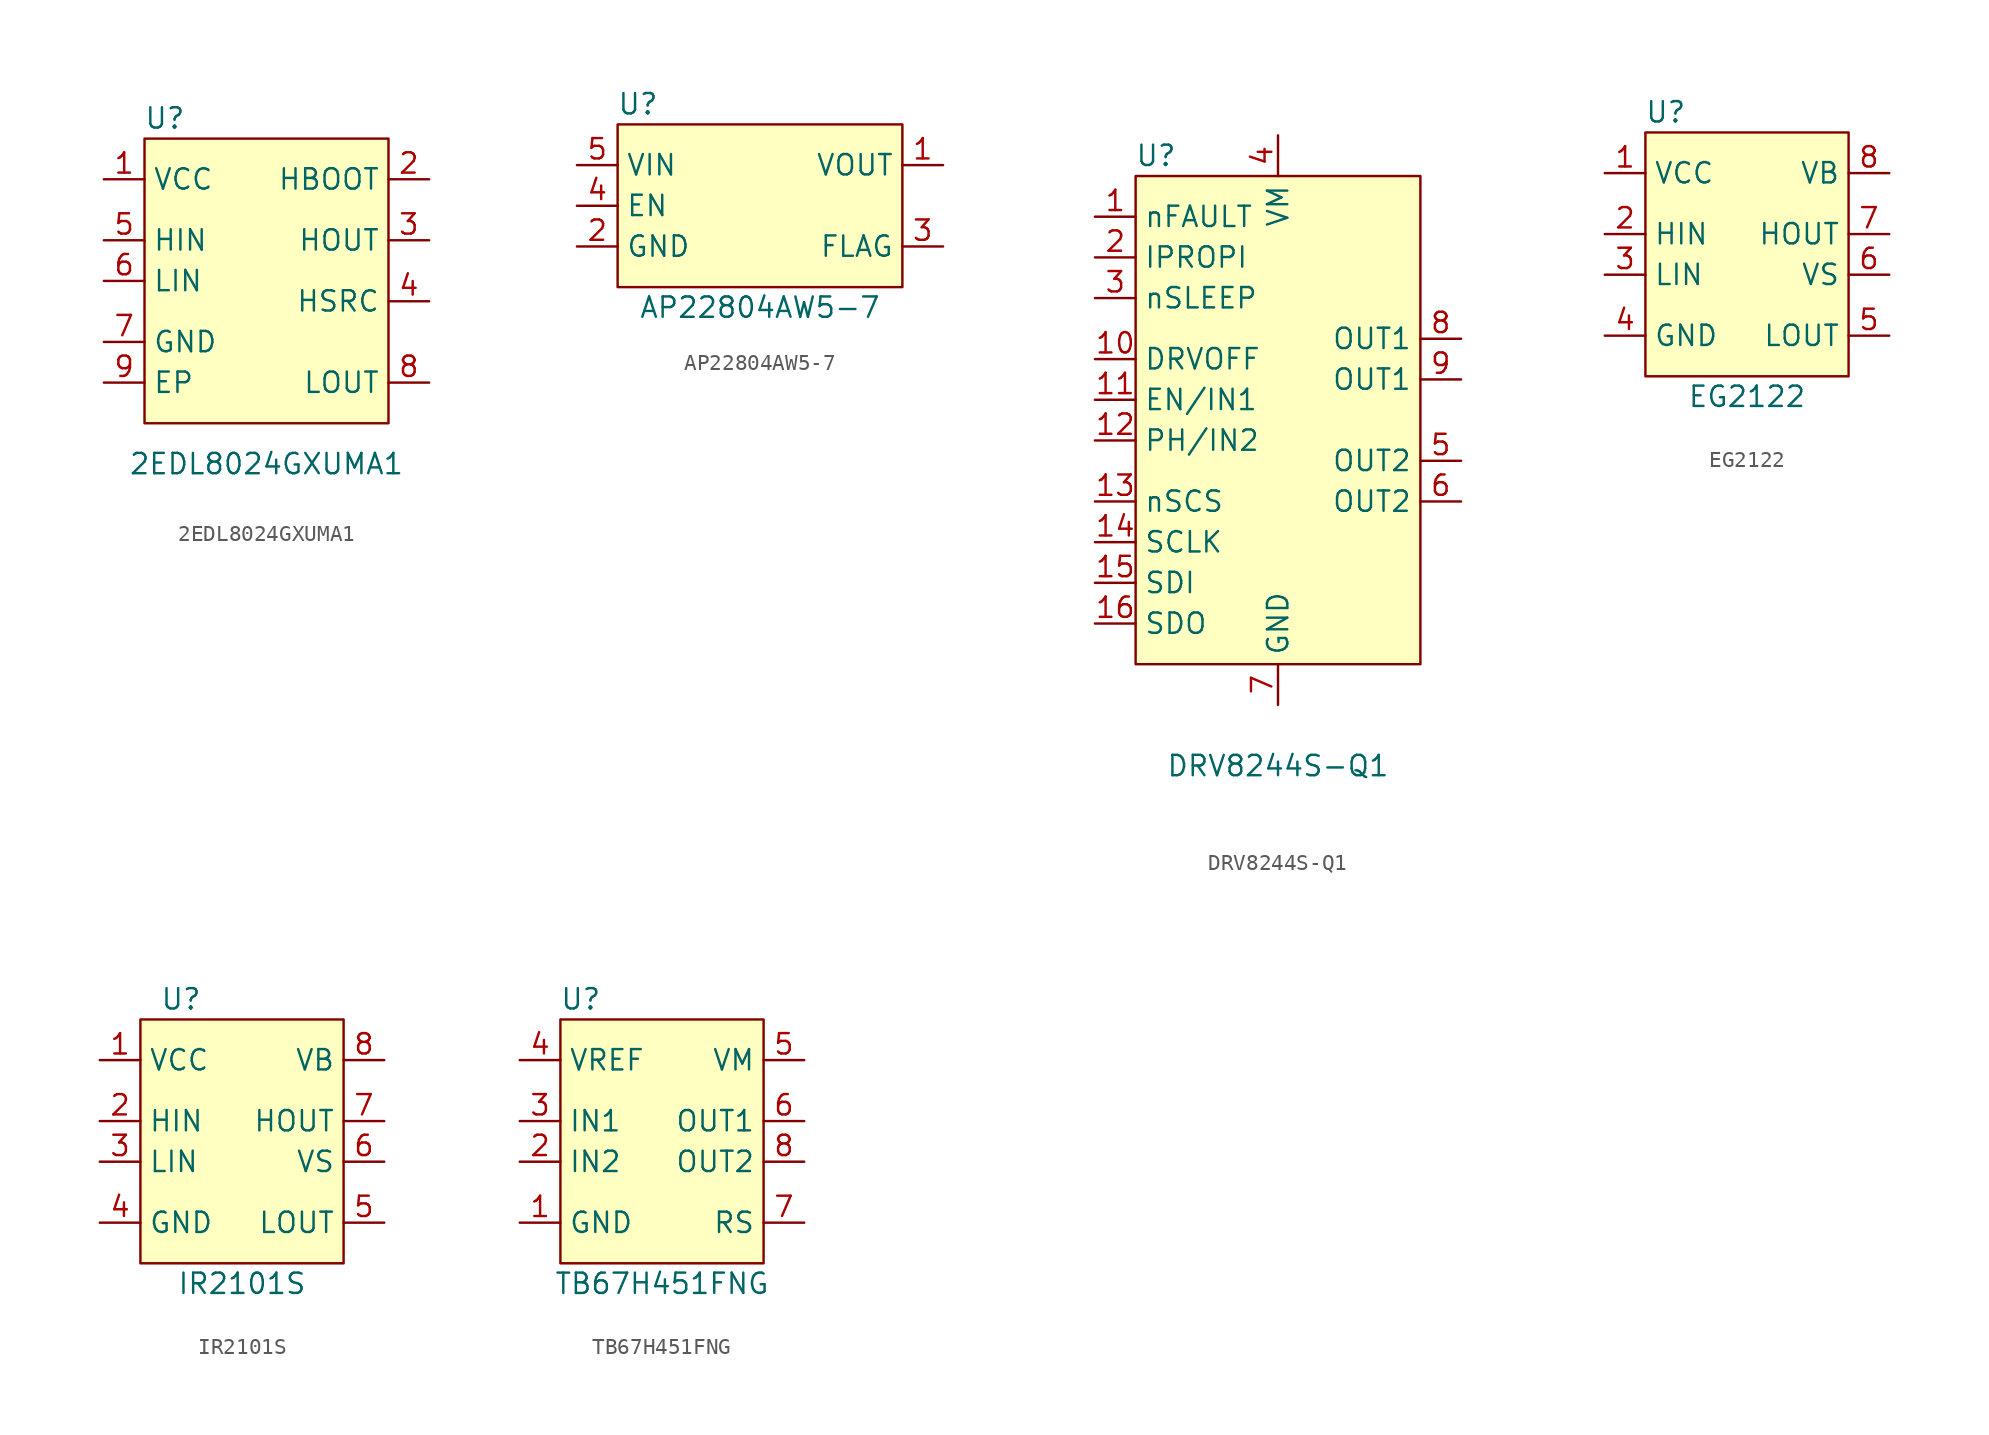
<source format=kicad_sym>
(kicad_symbol_lib
  (version 20220914)
  (generator kicad_symbol_editor)
  (symbol "2EDL8024GXUMA1"
    (property "Reference" "U"
      (at -6.35 10.16 0)
      (effects (font (size 1.27 1.27))))
    (property "Value" "2EDL8024GXUMA1"
      (at 0 -11.43 0)
      (effects (font (size 1.27 1.27))))
    (symbol "2EDL8024GXUMA1_0_1"
      (rectangle (start -7.62 8.89) (end 7.62 -8.89) (stroke (width 0.152) (type default)) (fill (type background))))
    (symbol "2EDL8024GXUMA1_1_1"
      (pin power_in line (at -10.16 6.35 0) (length 2.54) (name "VCC" (effects (font (size 1.27 1.27)))) (number "1" (effects (font (size 1.27 1.27)))))
      (pin power_out line (at 10.16 6.35 180) (length 2.54) (name "HBOOT" (effects (font (size 1.27 1.27)))) (number "2" (effects (font (size 1.27 1.27)))))
      (pin output line (at 10.16 2.54 180) (length 2.54) (name "HOUT" (effects (font (size 1.27 1.27)))) (number "3" (effects (font (size 1.27 1.27)))))
      (pin input line (at 10.16 -1.27 180) (length 2.54) (name "HSRC" (effects (font (size 1.27 1.27)))) (number "4" (effects (font (size 1.27 1.27)))))
      (pin input line (at -10.16 2.54 0) (length 2.54) (name "HIN" (effects (font (size 1.27 1.27)))) (number "5" (effects (font (size 1.27 1.27)))))
      (pin input line (at -10.16 0 0) (length 2.54) (name "LIN" (effects (font (size 1.27 1.27)))) (number "6" (effects (font (size 1.27 1.27)))))
      (pin power_in line (at -10.16 -3.81 0) (length 2.54) (name "GND" (effects (font (size 1.27 1.27)))) (number "7" (effects (font (size 1.27 1.27)))))
      (pin output line (at 10.16 -6.35 180) (length 2.54) (name "LOUT" (effects (font (size 1.27 1.27)))) (number "8" (effects (font (size 1.27 1.27)))))
      (pin power_in line (at -10.16 -6.35 0) (length 2.54) (name "EP" (effects (font (size 1.27 1.27)))) (number "9" (effects (font (size 1.27 1.27)))))))
  (symbol "AP22804AW5-7"
    (property "Reference" "U"
      (at -7.62 11.43 0)
      (effects (font (size 1.27 1.27))))
    (property "Value" "AP22804AW5-7"
      (at 0 -1.27 0)
      (effects (font (size 1.27 1.27))))
    (symbol "AP22804AW5-7_0_1"
      (rectangle (start -8.89 10.16) (end 8.89 0) (stroke (width 0.152) (type default)) (fill (type background))))
    (symbol "AP22804AW5-7_1_1"
      (pin power_out line (at 11.43 7.62 180) (length 2.54) (name "VOUT" (effects (font (size 1.27 1.27)))) (number "1" (effects (font (size 1.27 1.27)))))
      (pin power_in line (at -11.43 2.54 0) (length 2.54) (name "GND" (effects (font (size 1.27 1.27)))) (number "2" (effects (font (size 1.27 1.27)))))
      (pin output line (at 11.43 2.54 180) (length 2.54) (name "FLAG" (effects (font (size 1.27 1.27)))) (number "3" (effects (font (size 1.27 1.27)))))
      (pin input line (at -11.43 5.08 0) (length 2.54) (name "EN" (effects (font (size 1.27 1.27)))) (number "4" (effects (font (size 1.27 1.27)))))
      (pin power_in line (at -11.43 7.62 0) (length 2.54) (name "VIN" (effects (font (size 1.27 1.27)))) (number "5" (effects (font (size 1.27 1.27)))))))
  (symbol "DRV8244S-Q1"
    (property "Reference" "U"
      (at -7.62 16.51 0)
      (effects (font (size 1.27 1.27))))
    (property "Value" "DRV8244S-Q1"
      (at 0 -21.59 0)
      (effects (font (size 1.27 1.27))))
    (symbol "DRV8244S-Q1_0_1"
      (rectangle (start -8.89 15.24) (end 8.89 -15.24) (stroke (width 0.152) (type default)) (fill (type background))))
    (symbol "DRV8244S-Q1_1_1"
      (pin output line (at -11.43 12.7 0) (length 2.54) (name "nFAULT" (effects (font (size 1.27 1.27)))) (number "1" (effects (font (size 1.27 1.27)))))
      (pin input line (at -11.43 3.81 0) (length 2.54) (name "DRVOFF" (effects (font (size 1.27 1.27)))) (number "10" (effects (font (size 1.27 1.27)))))
      (pin input line (at -11.43 1.27 0) (length 2.54) (name "EN/IN1" (effects (font (size 1.27 1.27)))) (number "11" (effects (font (size 1.27 1.27)))))
      (pin input line (at -11.43 -1.27 0) (length 2.54) (name "PH/IN2" (effects (font (size 1.27 1.27)))) (number "12" (effects (font (size 1.27 1.27)))))
      (pin input line (at -11.43 -5.08 0) (length 2.54) (name "nSCS" (effects (font (size 1.27 1.27)))) (number "13" (effects (font (size 1.27 1.27)))))
      (pin input line (at -11.43 -7.62 0) (length 2.54) (name "SCLK" (effects (font (size 1.27 1.27)))) (number "14" (effects (font (size 1.27 1.27)))))
      (pin input line (at -11.43 -10.16 0) (length 2.54) (name "SDI" (effects (font (size 1.27 1.27)))) (number "15" (effects (font (size 1.27 1.27)))))
      (pin output line (at -11.43 -12.7 0) (length 2.54) (name "SDO" (effects (font (size 1.27 1.27)))) (number "16" (effects (font (size 1.27 1.27)))))
      (pin output line (at -11.43 10.16 0) (length 2.54) (name "IPROPI" (effects (font (size 1.27 1.27)))) (number "2" (effects (font (size 1.27 1.27)))))
      (pin input line (at -11.43 7.62 0) (length 2.54) (name "nSLEEP" (effects (font (size 1.27 1.27)))) (number "3" (effects (font (size 1.27 1.27)))))
      (pin power_in line (at 0 17.78 270) (length 2.54) (name "VM" (effects (font (size 1.27 1.27)))) (number "4" (effects (font (size 1.27 1.27)))))
      (pin output line (at 11.43 -2.54 180) (length 2.54) (name "OUT2" (effects (font (size 1.27 1.27)))) (number "5" (effects (font (size 1.27 1.27)))))
      (pin output line (at 11.43 -5.08 180) (length 2.54) (name "OUT2" (effects (font (size 1.27 1.27)))) (number "6" (effects (font (size 1.27 1.27)))))
      (pin power_in line (at 0 -17.78 90) (length 2.54) (name "GND" (effects (font (size 1.27 1.27)))) (number "7" (effects (font (size 1.27 1.27)))))
      (pin output line (at 11.43 5.08 180) (length 2.54) (name "OUT1" (effects (font (size 1.27 1.27)))) (number "8" (effects (font (size 1.27 1.27)))))
      (pin output line (at 11.43 2.54 180) (length 2.54) (name "OUT1" (effects (font (size 1.27 1.27)))) (number "9" (effects (font (size 1.27 1.27)))))))
  (symbol "EG2122"
    (property "Reference" "U"
      (at -5.08 8.89 0)
      (effects (font (size 1.27 1.27))))
    (property "Value" "EG2122"
      (at 0 -8.89 0)
      (effects (font (size 1.27 1.27))))
    (symbol "EG2122_0_1"
      (rectangle (start -6.35 7.62) (end 6.35 -7.62) (stroke (width 0.152) (type default)) (fill (type background))))
    (symbol "EG2122_1_1"
      (pin power_in line (at -8.89 5.08 0) (length 2.54) (name "VCC" (effects (font (size 1.27 1.27)))) (number "1" (effects (font (size 1.27 1.27)))))
      (pin input line (at -8.89 1.27 0) (length 2.54) (name "HIN" (effects (font (size 1.27 1.27)))) (number "2" (effects (font (size 1.27 1.27)))))
      (pin input line (at -8.89 -1.27 0) (length 2.54) (name "LIN" (effects (font (size 1.27 1.27)))) (number "3" (effects (font (size 1.27 1.27)))))
      (pin power_in line (at -8.89 -5.08 0) (length 2.54) (name "GND" (effects (font (size 1.27 1.27)))) (number "4" (effects (font (size 1.27 1.27)))))
      (pin output line (at 8.89 -5.08 180) (length 2.54) (name "LOUT" (effects (font (size 1.27 1.27)))) (number "5" (effects (font (size 1.27 1.27)))))
      (pin input line (at 8.89 -1.27 180) (length 2.54) (name "VS" (effects (font (size 1.27 1.27)))) (number "6" (effects (font (size 1.27 1.27)))))
      (pin output line (at 8.89 1.27 180) (length 2.54) (name "HOUT" (effects (font (size 1.27 1.27)))) (number "7" (effects (font (size 1.27 1.27)))))
      (pin power_in line (at 8.89 5.08 180) (length 2.54) (name "VB" (effects (font (size 1.27 1.27)))) (number "8" (effects (font (size 1.27 1.27)))))))
  (symbol "IR2101S"
    (property "Reference" "U"
      (at -3.81 8.89 0)
      (effects (font (size 1.27 1.27))))
    (property "Value" "IR2101S"
      (at 0 -8.89 0)
      (effects (font (size 1.27 1.27))))
    (symbol "IR2101S_0_1"
      (rectangle (start -6.35 7.62) (end 6.35 -7.62) (stroke (width 0.152) (type default)) (fill (type background))))
    (symbol "IR2101S_1_1"
      (pin power_in line (at -8.89 5.08 0) (length 2.54) (name "VCC" (effects (font (size 1.27 1.27)))) (number "1" (effects (font (size 1.27 1.27)))))
      (pin input line (at -8.89 1.27 0) (length 2.54) (name "HIN" (effects (font (size 1.27 1.27)))) (number "2" (effects (font (size 1.27 1.27)))))
      (pin input line (at -8.89 -1.27 0) (length 2.54) (name "LIN" (effects (font (size 1.27 1.27)))) (number "3" (effects (font (size 1.27 1.27)))))
      (pin power_in line (at -8.89 -5.08 0) (length 2.54) (name "GND" (effects (font (size 1.27 1.27)))) (number "4" (effects (font (size 1.27 1.27)))))
      (pin output line (at 8.89 -5.08 180) (length 2.54) (name "LOUT" (effects (font (size 1.27 1.27)))) (number "5" (effects (font (size 1.27 1.27)))))
      (pin input line (at 8.89 -1.27 180) (length 2.54) (name "VS" (effects (font (size 1.27 1.27)))) (number "6" (effects (font (size 1.27 1.27)))))
      (pin output line (at 8.89 1.27 180) (length 2.54) (name "HOUT" (effects (font (size 1.27 1.27)))) (number "7" (effects (font (size 1.27 1.27)))))
      (pin power_in line (at 8.89 5.08 180) (length 2.54) (name "VB" (effects (font (size 1.27 1.27)))) (number "8" (effects (font (size 1.27 1.27)))))))
  (symbol "TB67H451FNG"
    (property "Reference" "U"
      (at -5.08 8.89 0)
      (effects (font (size 1.27 1.27))))
    (property "Value" "TB67H451FNG"
      (at 0 -8.89 0)
      (effects (font (size 1.27 1.27))))
    (symbol "TB67H451FNG_0_1"
      (rectangle (start -6.35 7.62) (end 6.35 -7.62) (stroke (width 0.152) (type default)) (fill (type background))))
    (symbol "TB67H451FNG_1_1"
      (pin power_in line (at -8.89 -5.08 0) (length 2.54) (name "GND" (effects (font (size 1.27 1.27)))) (number "1" (effects (font (size 1.27 1.27)))))
      (pin input line (at -8.89 -1.27 0) (length 2.54) (name "IN2" (effects (font (size 1.27 1.27)))) (number "2" (effects (font (size 1.27 1.27)))))
      (pin input line (at -8.89 1.27 0) (length 2.54) (name "IN1" (effects (font (size 1.27 1.27)))) (number "3" (effects (font (size 1.27 1.27)))))
      (pin power_in line (at -8.89 5.08 0) (length 2.54) (name "VREF" (effects (font (size 1.27 1.27)))) (number "4" (effects (font (size 1.27 1.27)))))
      (pin power_in line (at 8.89 5.08 180) (length 2.54) (name "VM" (effects (font (size 1.27 1.27)))) (number "5" (effects (font (size 1.27 1.27)))))
      (pin output line (at 8.89 1.27 180) (length 2.54) (name "OUT1" (effects (font (size 1.27 1.27)))) (number "6" (effects (font (size 1.27 1.27)))))
      (pin passive line (at 8.89 -5.08 180) (length 2.54) (name "RS" (effects (font (size 1.27 1.27)))) (number "7" (effects (font (size 1.27 1.27)))))
      (pin output line (at 8.89 -1.27 180) (length 2.54) (name "OUT2" (effects (font (size 1.27 1.27)))) (number "8" (effects (font (size 1.27 1.27))))))))
</source>
